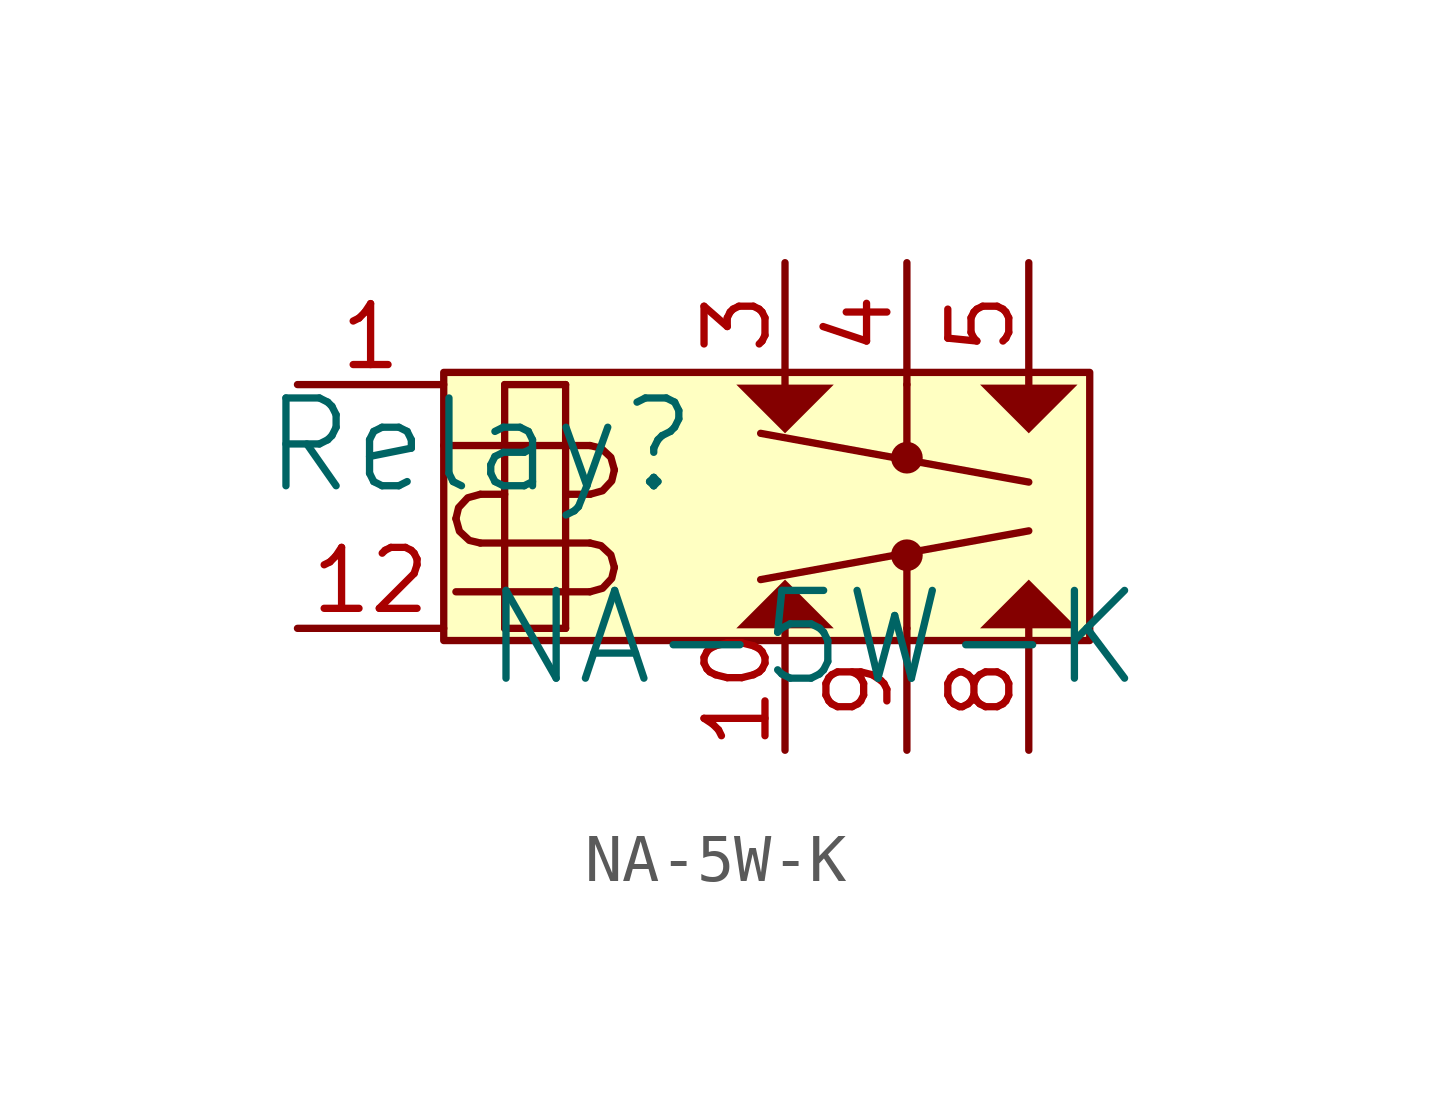
<source format=kicad_sym>
(kicad_symbol_lib
  (version 20241209)
  (generator "kicad_symbol_editor")
  (generator_version "9.0")
  (symbol "NA-5W-K"
    (pin_names
      (hide yes))
    (property "Reference" "Relay"
      (at -1.27 1.27 0)
      (effects (font (size 1.829 1.829))))
    (property "Value" "NA-5W-K"
      (at -1.27 -3.81 0)
      (effects (font (size 1.829 1.829)) (justify left bottom)))
    (symbol "NA-5W-K_1_0"
      (polyline (pts (xy -2.032 1.27) (xy 1.016 1.27)) (stroke (width 0) (type solid)) (fill (type none)))
      (bezier (pts (xy -1.778 -0.254) (xy -1.778 -0.534) (xy -1.55 -0.762) (xy -1.27 -0.762)) (stroke (width 0) (type solid)) (fill (type none)))
      (polyline (pts (xy -1.778 -1.778) (xy 0.508 -1.778)) (stroke (width 0) (type solid)) (fill (type none)))
      (bezier (pts (xy -1.27 0.254) (xy -1.55 0.254) (xy -1.778 0.026) (xy -1.778 -0.254)) (stroke (width 0) (type solid)) (fill (type none)))
      (polyline (pts (xy -1.27 -0.762) (xy 1.016 -0.762)) (stroke (width 0) (type solid)) (fill (type none)))
      (polyline (pts (xy -0.762 2.54) (xy -0.762 -2.54)) (stroke (width 0) (type solid)) (fill (type none)))
      (polyline (pts (xy -0.762 0.254) (xy -1.27 0.254)) (stroke (width 0) (type solid)) (fill (type none)))
      (polyline (pts (xy -0.762 -2.54) (xy 0.508 -2.54)) (stroke (width 0) (type solid)) (fill (type none)))
      (polyline (pts (xy 0.508 2.54) (xy -0.762 2.54)) (stroke (width 0) (type solid)) (fill (type none)))
      (polyline (pts (xy 0.508 -2.54) (xy 0.508 2.54)) (stroke (width 0) (type solid)) (fill (type none)))
      (polyline (pts (xy 1.016 0.254) (xy 0.508 0.254)) (stroke (width 0) (type solid)) (fill (type none)))
      (bezier (pts (xy 1.016 0.254) (xy 1.296 0.254) (xy 1.524 0.481) (xy 1.524 0.762)) (stroke (width 0) (type solid)) (fill (type none)))
      (polyline (pts (xy 1.016 -1.778) (xy 0.508 -1.778)) (stroke (width 0) (type solid)) (fill (type none)))
      (bezier (pts (xy 1.016 -1.778) (xy 1.296 -1.778) (xy 1.524 -1.55) (xy 1.524 -1.27)) (stroke (width 0) (type solid)) (fill (type none)))
      (bezier (pts (xy 1.524 0.762) (xy 1.524 1.042) (xy 1.296 1.27) (xy 1.016 1.27)) (stroke (width 0) (type solid)) (fill (type none)))
      (bezier (pts (xy 1.524 -1.27) (xy 1.524 -0.989) (xy 1.296 -0.762) (xy 1.016 -0.762)) (stroke (width 0) (type solid)) (fill (type none)))
      (polyline (pts (xy 4.572 -1.524) (xy 10.16 -0.508)) (stroke (width 0) (type solid)) (fill (type none)))
      (polyline (pts (xy 5.08 1.524) (xy 4.064 2.54) (xy 6.096 2.54) (xy 5.08 1.524) (xy 5.08 1.524)) (stroke (width -0.0001) (type solid)) (fill (type outline)))
      (polyline (pts (xy 5.08 -1.524) (xy 6.096 -2.54) (xy 4.064 -2.54) (xy 5.08 -1.524) (xy 5.08 -1.524)) (stroke (width -0.0001) (type solid)) (fill (type outline)))
      (polyline (pts (xy 7.62 2.54) (xy 7.62 1.016)) (stroke (width 0) (type solid)) (fill (type none)))
      (circle (center 7.62 1.016) (radius 0.254) (stroke (width 0) (type solid)) (fill (type outline)))
      (polyline (pts (xy 7.62 -1.016) (xy 7.62 -2.54)) (stroke (width 0) (type solid)) (fill (type none)))
      (circle (center 7.62 -1.016) (radius 0.254) (stroke (width 0) (type solid)) (fill (type outline)))
      (polyline (pts (xy 10.16 1.524) (xy 9.144 2.54) (xy 11.176 2.54) (xy 10.16 1.524) (xy 10.16 1.524)) (stroke (width -0.0001) (type solid)) (fill (type outline)))
      (polyline (pts (xy 10.16 0.508) (xy 4.572 1.524)) (stroke (width 0) (type solid)) (fill (type none)))
      (polyline (pts (xy 10.16 -1.524) (xy 11.176 -2.54) (xy 9.144 -2.54) (xy 10.16 -1.524) (xy 10.16 -1.524)) (stroke (width -0.0001) (type solid)) (fill (type outline)))
      (rectangle (start 11.43 2.794) (end -2.032 -2.794) (stroke (width 0) (type solid) (color 128 0 0 1)) (fill (type background)))
      (pin passive line (at -5.08 2.54 0) (length 3.048) (name "COIL" (effects (font (size 1.27 1.27)))) (number "1" (effects (font (size 1.27 1.27)))))
      (pin passive line (at -5.08 -2.54 0) (length 3.048) (name "COIL" (effects (font (size 1.27 1.27)))) (number "12" (effects (font (size 1.27 1.27)))))
      (pin passive line (at 5.08 5.08 270) (length 2.54) (name "NC" (effects (font (size 1.27 1.27)))) (number "3" (effects (font (size 1.27 1.27)))))
      (pin passive line (at 5.08 -5.08 90) (length 2.54) (name "NC" (effects (font (size 1.27 1.27)))) (number "10" (effects (font (size 1.27 1.27)))))
      (pin passive line (at 7.62 5.08 270) (length 2.54) (name "COM" (effects (font (size 1.27 1.27)))) (number "4" (effects (font (size 1.27 1.27)))))
      (pin passive line (at 7.62 -5.08 90) (length 2.54) (name "COM" (effects (font (size 1.27 1.27)))) (number "9" (effects (font (size 1.27 1.27)))))
      (pin passive line (at 10.16 5.08 270) (length 2.54) (name "NO" (effects (font (size 1.27 1.27)))) (number "5" (effects (font (size 1.27 1.27)))))
      (pin passive line (at 10.16 -5.08 90) (length 2.54) (name "NO" (effects (font (size 1.27 1.27)))) (number "8" (effects (font (size 1.27 1.27))))))))
</source>
